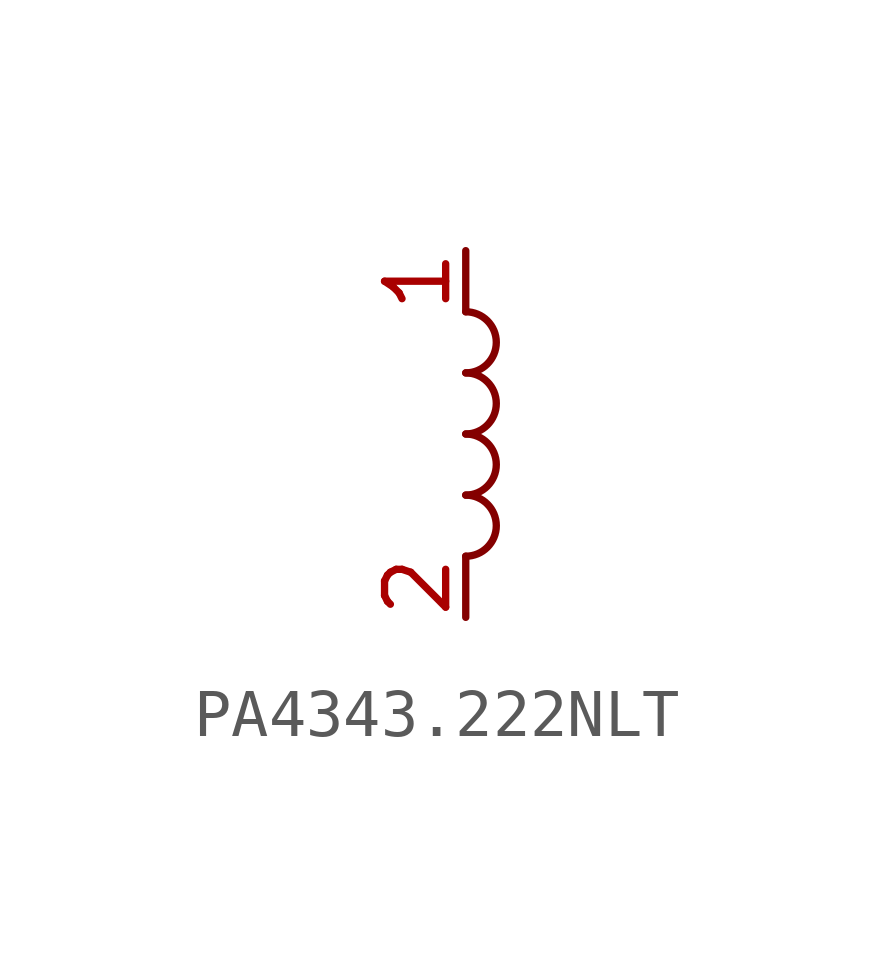
<source format=kicad_sym>
(kicad_symbol_lib
  (version 20241209)
  (generator "kicad_symbol_editor")
  (generator_version "9.0")
  (symbol "PA4343.222NLT"
    (pin_names
      (hide yes))
    (property "Reference" "L"
      (at 16.51 6.35 0)
      (effects (font (size 1.27 1.27)) (justify left top) (hide yes)))
    (symbol "PA4343.222NLT_0_1"
      (arc (start 0 2.54) (mid 0.6323 1.905) (end 0 1.27) (stroke (width 0) (type default)) (fill (type none)))
      (arc (start 0 1.27) (mid 0.6323 0.635) (end 0 0) (stroke (width 0) (type default)) (fill (type none)))
      (arc (start 0 0) (mid 0.6323 -0.635) (end 0 -1.27) (stroke (width 0) (type default)) (fill (type none)))
      (arc (start 0 -1.27) (mid 0.6323 -1.905) (end 0 -2.54) (stroke (width 0) (type default)) (fill (type none))))
    (symbol "PA4343.222NLT_1_1"
      (pin passive line (at 0 3.81 270) (length 1.27) (name "1" (effects (font (size 1.27 1.27)))) (number "1" (effects (font (size 1.27 1.27)))))
      (pin passive line (at 0 -3.81 90) (length 1.27) (name "2" (effects (font (size 1.27 1.27)))) (number "2" (effects (font (size 1.27 1.27))))))))
</source>
